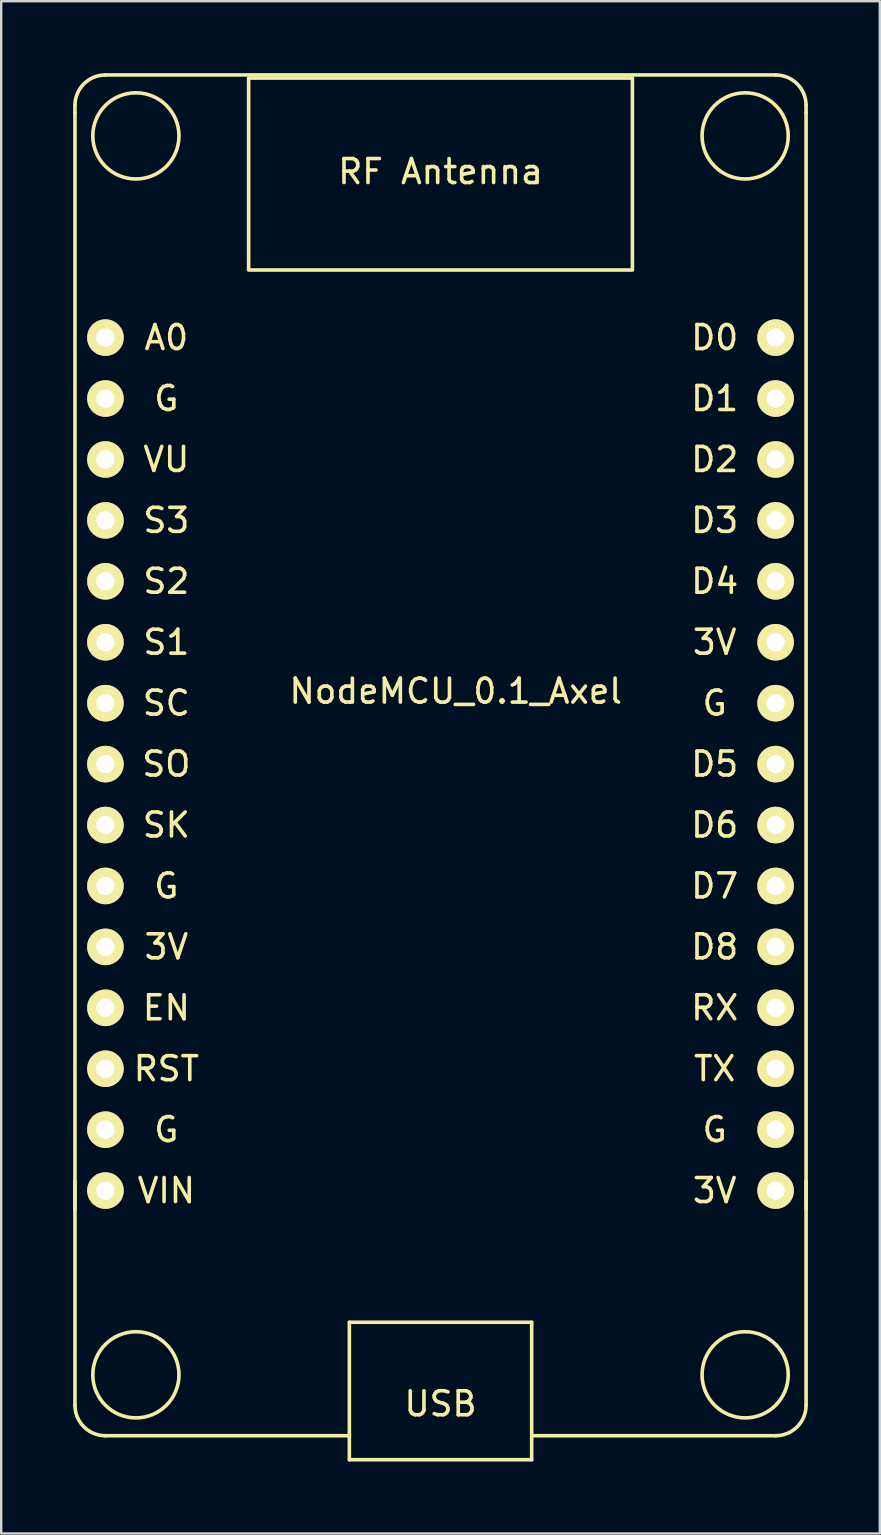
<source format=kicad_pcb>
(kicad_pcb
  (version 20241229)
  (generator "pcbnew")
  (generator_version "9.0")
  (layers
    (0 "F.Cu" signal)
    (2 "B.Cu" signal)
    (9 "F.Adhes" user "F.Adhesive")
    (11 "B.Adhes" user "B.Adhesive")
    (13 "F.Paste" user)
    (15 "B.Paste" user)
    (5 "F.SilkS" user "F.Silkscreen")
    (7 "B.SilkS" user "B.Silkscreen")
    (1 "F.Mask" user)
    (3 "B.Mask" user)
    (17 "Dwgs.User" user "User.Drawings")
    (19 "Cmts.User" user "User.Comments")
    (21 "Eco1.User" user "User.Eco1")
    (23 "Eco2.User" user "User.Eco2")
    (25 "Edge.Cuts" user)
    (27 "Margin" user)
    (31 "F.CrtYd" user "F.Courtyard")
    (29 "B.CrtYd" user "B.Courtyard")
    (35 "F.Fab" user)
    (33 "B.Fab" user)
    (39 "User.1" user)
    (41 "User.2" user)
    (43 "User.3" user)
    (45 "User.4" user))
  (footprint "NodeMCU_0.1_Axel"
    (layer "F.Cu")
    (at 15.315 28.805)
    (property "Reference" "NodeMCU_0.1_Axel" (at 0.635 -3.04 0) (unlocked yes) (layer "F.SilkS") (effects (font (size 1 1) (thickness 0.15))))
    (attr through_hole)
    (fp_line (start -15.24 -27.46) (end -15.24 -27.16) (stroke (width 0.15) (type solid)) (layer "F.SilkS"))
    (fp_line (start -15.24 -27.16) (end -15.24 18.56) (stroke (width 0.15) (type solid)) (layer "F.SilkS"))
    (fp_line (start -15.24 17.39) (end -15.24 26.73) (stroke (width 0.15) (type solid)) (layer "F.SilkS"))
    (fp_line (start -3.8 23.27) (end 3.8 23.27) (stroke (width 0.15) (type solid)) (layer "F.SilkS"))
    (fp_line (start -3.8 28) (end -13.97 28) (stroke (width 0.15) (type solid)) (layer "F.SilkS"))
    (fp_line (start -3.8 29) (end -3.8 23.27) (stroke (width 0.15) (type solid)) (layer "F.SilkS"))
    (fp_line (start 3.8 23.27) (end 3.8 29) (stroke (width 0.15) (type solid)) (layer "F.SilkS"))
    (fp_line (start 3.8 29) (end -3.8 29) (stroke (width 0.15) (type solid)) (layer "F.SilkS"))
    (fp_line (start 13.97 -28.73) (end -13.97 -28.73) (stroke (width 0.15) (type solid)) (layer "F.SilkS"))
    (fp_line (start 13.98 28) (end 3.81 28) (stroke (width 0.15) (type solid)) (layer "F.SilkS"))
    (fp_line (start 15.24 -27.46) (end 15.24 -27.16) (stroke (width 0.15) (type solid)) (layer "F.SilkS"))
    (fp_line (start 15.24 -27.16) (end 15.24 18.56) (stroke (width 0.15) (type solid)) (layer "F.SilkS"))
    (fp_line (start 15.24 17.39) (end 15.24 26.73) (stroke (width 0.15) (type solid)) (layer "F.SilkS"))
    (fp_rect (start -8 -28.6) (end 8 -20.6) (stroke (width 0.15) (type solid)) (fill no) (layer "F.SilkS"))
    (fp_arc (start -15.24 -27.46) (mid -14.868026 -28.358026) (end -13.97 -28.73) (stroke (width 0.15) (type solid)) (layer "F.SilkS"))
    (fp_arc (start -13.97 28) (mid -14.868026 27.628026) (end -15.24 26.73) (stroke (width 0.15) (type solid)) (layer "F.SilkS"))
    (fp_arc (start 13.97 -28.73) (mid 14.868026 -28.358026) (end 15.24 -27.46) (stroke (width 0.15) (type solid)) (layer "F.SilkS"))
    (fp_arc (start 15.24 26.73) (mid 14.868026 27.628026) (end 13.97 28) (stroke (width 0.15) (type solid)) (layer "F.SilkS"))
    (fp_circle (center -12.7 -26.19) (end -11.43 -27.46) (stroke (width 0.15) (type solid)) (fill no) (layer "F.SilkS"))
    (fp_circle (center -12.7 25.46) (end -11.43 24.19) (stroke (width 0.15) (type solid)) (fill no) (layer "F.SilkS"))
    (fp_circle (center 12.7 -26.19) (end 13.97 -27.46) (stroke (width 0.15) (type solid)) (fill no) (layer "F.SilkS"))
    (fp_circle (center 12.7 25.46) (end 13.97 24.19) (stroke (width 0.15) (type solid)) (fill no) (layer "F.SilkS"))
    (fp_text user "D0" (at 11.43 -17.78 0) (layer "F.SilkS") (effects (font (size 1 1) (thickness 0.15))))
    (fp_text user "3V" (at 11.43 17.78 0) (layer "F.SilkS") (effects (font (size 1 1) (thickness 0.15))))
    (fp_text user "EN" (at -11.43 10.16 0) (layer "F.SilkS") (effects (font (size 1 1) (thickness 0.15))))
    (fp_text user "USB" (at 0 26.67 0) (layer "F.SilkS") (effects (font (size 1 1) (thickness 0.15))))
    (fp_text user "D1" (at 11.43 -15.24 0) (layer "F.SilkS") (effects (font (size 1 1) (thickness 0.15))))
    (fp_text user "A0" (at -11.43 -17.78 0) (layer "F.SilkS") (effects (font (size 1 1) (thickness 0.15))))
    (fp_text user "3V" (at 11.43 -5.08 0) (layer "F.SilkS") (effects (font (size 1 1) (thickness 0.15))))
    (fp_text user "SK" (at -11.43 2.54 0) (layer "F.SilkS") (effects (font (size 1 1) (thickness 0.15))))
    (fp_text user "S2" (at -11.43 -7.62 0) (layer "F.SilkS") (effects (font (size 1 1) (thickness 0.15))))
    (fp_text user "D4" (at 11.43 -7.62 0) (layer "F.SilkS") (effects (font (size 1 1) (thickness 0.15))))
    (fp_text user "RF Antenna" (at 0 -24.7 0) (layer "F.SilkS") (effects (font (size 1 1) (thickness 0.15))))
    (fp_text user "S1" (at -11.43 -5.08 0) (layer "F.SilkS") (effects (font (size 1 1) (thickness 0.15))))
    (fp_text user "SO" (at -11.43 0 0) (layer "F.SilkS") (effects (font (size 1 1) (thickness 0.15))))
    (fp_text user "VU" (at -11.43 -12.7 0) (layer "F.SilkS") (effects (font (size 1 1) (thickness 0.15))))
    (fp_text user "D8" (at 11.43 7.62 0) (layer "F.SilkS") (effects (font (size 1 1) (thickness 0.15))))
    (fp_text user "G" (at -11.43 15.24 0) (layer "F.SilkS") (effects (font (size 1 1) (thickness 0.15))))
    (fp_text user "SC" (at -11.43 -2.54 0) (layer "F.SilkS") (effects (font (size 1 1) (thickness 0.15))))
    (fp_text user "D6" (at 11.43 2.54 0) (layer "F.SilkS") (effects (font (size 1 1) (thickness 0.15))))
    (fp_text user "G" (at -11.43 -15.24 0) (layer "F.SilkS") (effects (font (size 1 1) (thickness 0.15))))
    (fp_text user "D5" (at 11.43 0 0) (layer "F.SilkS") (effects (font (size 1 1) (thickness 0.15))))
    (fp_text user "S3" (at -11.43 -10.16 0) (layer "F.SilkS") (effects (font (size 1 1) (thickness 0.15))))
    (fp_text user "RX" (at 11.43 10.16 0) (layer "F.SilkS") (effects (font (size 1 1) (thickness 0.15))))
    (fp_text user "RST" (at -11.43 12.7 0) (layer "F.SilkS") (effects (font (size 1 1) (thickness 0.15))))
    (fp_text user "G" (at 11.43 15.24 0) (layer "F.SilkS") (effects (font (size 1 1) (thickness 0.15))))
    (fp_text user "D2" (at 11.43 -12.7 0) (layer "F.SilkS") (effects (font (size 1 1) (thickness 0.15))))
    (fp_text user "VIN" (at -11.43 17.78 0) (layer "F.SilkS") (effects (font (size 1 1) (thickness 0.15))))
    (fp_text user "G" (at -11.43 5.08 0) (layer "F.SilkS") (effects (font (size 1 1) (thickness 0.15))))
    (fp_text user "G" (at 11.43 -2.54 0) (layer "F.SilkS") (effects (font (size 1 1) (thickness 0.15))))
    (fp_text user "TX" (at 11.43 12.7 0) (layer "F.SilkS") (effects (font (size 1 1) (thickness 0.15))))
    (fp_text user "3V" (at -11.43 7.62 0) (layer "F.SilkS") (effects (font (size 1 1) (thickness 0.15))))
    (fp_text user "D7" (at 11.43 5.08 0) (layer "F.SilkS") (effects (font (size 1 1) (thickness 0.15))))
    (fp_text user "D3" (at 11.43 -10.16 0) (layer "F.SilkS") (effects (font (size 1 1) (thickness 0.15))))
    (pad "1" thru_hole circle (at -13.97 -17.78) (size 1.524 1.524) (drill 0.762) (layers "*.Cu" "*.Mask" "F.SilkS"))
    (pad "2" thru_hole circle (at -13.97 -15.24) (size 1.524 1.524) (drill 0.762) (layers "*.Cu" "*.Mask" "F.SilkS"))
    (pad "3" thru_hole circle (at -13.97 -12.7) (size 1.524 1.524) (drill 0.762) (layers "*.Cu" "*.Mask" "F.SilkS"))
    (pad "4" thru_hole circle (at -13.97 -10.16) (size 1.524 1.524) (drill 0.762) (layers "*.Cu" "*.Mask" "F.SilkS"))
    (pad "5" thru_hole circle (at -13.97 -7.62) (size 1.524 1.524) (drill 0.762) (layers "*.Cu" "*.Mask" "F.SilkS"))
    (pad "6" thru_hole circle (at -13.97 -5.08) (size 1.524 1.524) (drill 0.762) (layers "*.Cu" "*.Mask" "F.SilkS"))
    (pad "7" thru_hole circle (at -13.97 -2.54) (size 1.524 1.524) (drill 0.762) (layers "*.Cu" "*.Mask" "F.SilkS"))
    (pad "8" thru_hole circle (at -13.97 0) (size 1.524 1.524) (drill 0.762) (layers "*.Cu" "*.Mask" "F.SilkS"))
    (pad "9" thru_hole circle (at -13.97 2.54) (size 1.524 1.524) (drill 0.762) (layers "*.Cu" "*.Mask" "F.SilkS"))
    (pad "10" thru_hole circle (at -13.97 5.08) (size 1.524 1.524) (drill 0.762) (layers "*.Cu" "*.Mask" "F.SilkS"))
    (pad "11" thru_hole circle (at -13.97 7.62) (size 1.524 1.524) (drill 0.762) (layers "*.Cu" "*.Mask" "F.SilkS"))
    (pad "12" thru_hole circle (at -13.97 10.16) (size 1.524 1.524) (drill 0.762) (layers "*.Cu" "*.Mask" "F.SilkS"))
    (pad "13" thru_hole circle (at -13.97 12.7) (size 1.524 1.524) (drill 0.762) (layers "*.Cu" "*.Mask" "F.SilkS"))
    (pad "14" thru_hole circle (at -13.97 15.24) (size 1.524 1.524) (drill 0.762) (layers "*.Cu" "*.Mask" "F.SilkS"))
    (pad "15" thru_hole circle (at -13.97 17.78) (size 1.524 1.524) (drill 0.762) (layers "*.Cu" "*.Mask" "F.SilkS"))
    (pad "16" thru_hole circle (at 13.97 17.78) (size 1.524 1.524) (drill 0.762) (layers "*.Cu" "*.Mask" "F.SilkS"))
    (pad "17" thru_hole circle (at 13.97 15.24) (size 1.524 1.524) (drill 0.762) (layers "*.Cu" "*.Mask" "F.SilkS"))
    (pad "18" thru_hole circle (at 13.97 12.7) (size 1.524 1.524) (drill 0.762) (layers "*.Cu" "*.Mask" "F.SilkS"))
    (pad "19" thru_hole circle (at 13.97 10.16) (size 1.524 1.524) (drill 0.762) (layers "*.Cu" "*.Mask" "F.SilkS"))
    (pad "20" thru_hole circle (at 13.97 7.62) (size 1.524 1.524) (drill 0.762) (layers "*.Cu" "*.Mask" "F.SilkS"))
    (pad "21" thru_hole circle (at 13.97 5.08) (size 1.524 1.524) (drill 0.762) (layers "*.Cu" "*.Mask" "F.SilkS"))
    (pad "22" thru_hole circle (at 13.97 2.54) (size 1.524 1.524) (drill 0.762) (layers "*.Cu" "*.Mask" "F.SilkS"))
    (pad "23" thru_hole circle (at 13.97 0) (size 1.524 1.524) (drill 0.762) (layers "*.Cu" "*.Mask" "F.SilkS"))
    (pad "24" thru_hole circle (at 13.97 -2.54) (size 1.524 1.524) (drill 0.762) (layers "*.Cu" "*.Mask" "F.SilkS"))
    (pad "25" thru_hole circle (at 13.97 -5.08) (size 1.524 1.524) (drill 0.762) (layers "*.Cu" "*.Mask" "F.SilkS"))
    (pad "26" thru_hole circle (at 13.97 -7.62) (size 1.524 1.524) (drill 0.762) (layers "*.Cu" "*.Mask" "F.SilkS"))
    (pad "27" thru_hole circle (at 13.97 -10.16) (size 1.524 1.524) (drill 0.762) (layers "*.Cu" "*.Mask" "F.SilkS"))
    (pad "28" thru_hole circle (at 13.97 -12.7) (size 1.524 1.524) (drill 0.762) (layers "*.Cu" "*.Mask" "F.SilkS"))
    (pad "29" thru_hole circle (at 13.97 -15.24) (size 1.524 1.524) (drill 0.762) (layers "*.Cu" "*.Mask" "F.SilkS"))
    (pad "30" thru_hole circle (at 13.97 -17.78) (size 1.524 1.524) (drill 0.762) (layers "*.Cu" "*.Mask" "F.SilkS")))
  (gr_rect
    (start -3 -3)
    (end 33.63 60.88)
    (stroke (width 0.1) (type default))
    (fill no)
    (layer "Edge.Cuts")))
</source>
